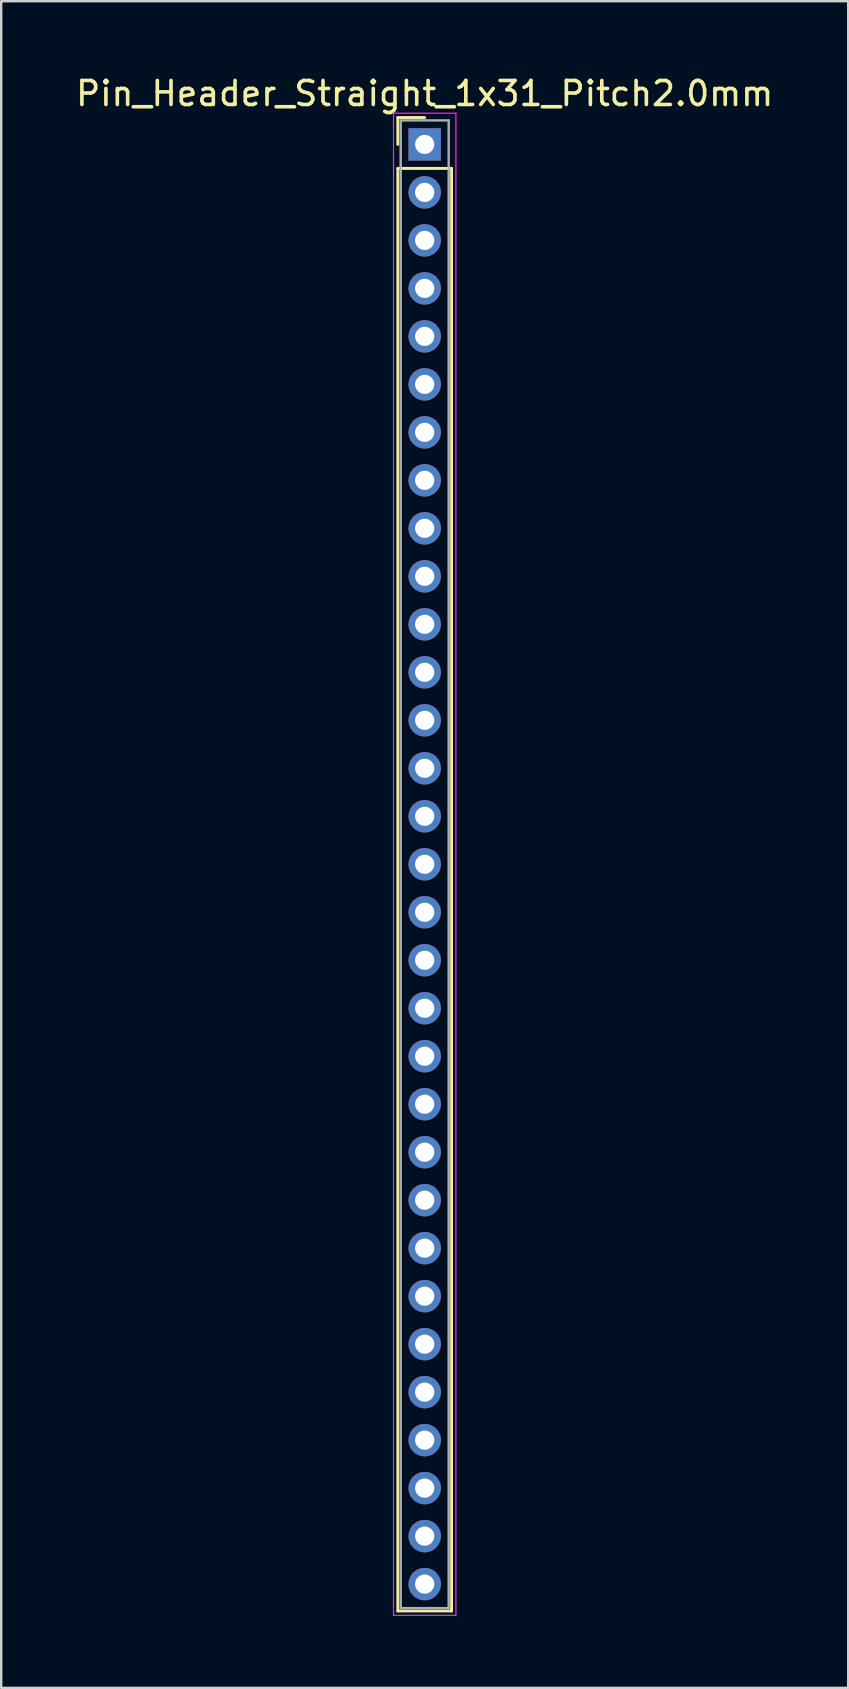
<source format=kicad_pcb>
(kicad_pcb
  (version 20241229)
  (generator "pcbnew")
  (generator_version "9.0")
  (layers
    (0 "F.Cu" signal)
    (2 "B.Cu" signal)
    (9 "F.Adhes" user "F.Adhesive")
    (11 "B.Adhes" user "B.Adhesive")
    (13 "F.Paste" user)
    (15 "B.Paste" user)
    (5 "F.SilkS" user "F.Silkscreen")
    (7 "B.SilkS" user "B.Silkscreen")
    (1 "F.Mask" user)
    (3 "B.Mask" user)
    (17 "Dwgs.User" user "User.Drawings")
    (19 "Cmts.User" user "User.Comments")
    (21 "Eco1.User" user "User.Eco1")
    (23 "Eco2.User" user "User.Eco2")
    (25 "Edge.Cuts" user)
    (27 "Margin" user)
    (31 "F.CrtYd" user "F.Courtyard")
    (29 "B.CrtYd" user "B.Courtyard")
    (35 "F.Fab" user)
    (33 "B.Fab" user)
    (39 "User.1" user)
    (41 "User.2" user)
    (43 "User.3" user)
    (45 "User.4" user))
  (footprint "Pin_Header_Straight_1x31_Pitch2.0mm"
    (layer "F.Cu")
    (at 14.649 2.968)
    (property "Reference" "Pin_Header_Straight_1x31_Pitch2.0mm" (at 0 -2.12 0) (layer "F.SilkS") (effects (font (size 1 1) (thickness 0.15))))
    (attr through_hole)
    (fp_line (start -1.12 -1.12) (end 0 -1.12) (stroke (width 0.12) (type solid)) (layer "F.SilkS"))
    (fp_line (start -1.12 0) (end -1.12 -1.12) (stroke (width 0.12) (type solid)) (layer "F.SilkS"))
    (fp_line (start -1.12 1) (end -1.12 61.12) (stroke (width 0.12) (type solid)) (layer "F.SilkS"))
    (fp_line (start -1.12 61.12) (end 1.12 61.12) (stroke (width 0.12) (type solid)) (layer "F.SilkS"))
    (fp_line (start 1.12 1) (end -1.12 1) (stroke (width 0.12) (type solid)) (layer "F.SilkS"))
    (fp_line (start 1.12 61.12) (end 1.12 1) (stroke (width 0.12) (type solid)) (layer "F.SilkS"))
    (fp_line (start -1.3 -1.3) (end -1.3 61.3) (stroke (width 0.05) (type solid)) (layer "F.CrtYd"))
    (fp_line (start -1.3 61.3) (end 1.3 61.3) (stroke (width 0.05) (type solid)) (layer "F.CrtYd"))
    (fp_line (start 1.3 -1.3) (end -1.3 -1.3) (stroke (width 0.05) (type solid)) (layer "F.CrtYd"))
    (fp_line (start 1.3 61.3) (end 1.3 -1.3) (stroke (width 0.05) (type solid)) (layer "F.CrtYd"))
    (fp_line (start -1 -1) (end -1 61) (stroke (width 0.1) (type solid)) (layer "F.Fab"))
    (fp_line (start -1 61) (end 1 61) (stroke (width 0.1) (type solid)) (layer "F.Fab"))
    (fp_line (start 1 -1) (end -1 -1) (stroke (width 0.1) (type solid)) (layer "F.Fab"))
    (fp_line (start 1 61) (end 1 -1) (stroke (width 0.1) (type solid)) (layer "F.Fab"))
    (pad "1" thru_hole rect (at 0 0) (size 1.35 1.35) (drill 0.8) (layers "*.Cu" "*.Mask"))
    (pad "2" thru_hole oval (at 0 2) (size 1.35 1.35) (drill 0.8) (layers "*.Cu" "*.Mask"))
    (pad "3" thru_hole oval (at 0 4) (size 1.35 1.35) (drill 0.8) (layers "*.Cu" "*.Mask"))
    (pad "4" thru_hole oval (at 0 6) (size 1.35 1.35) (drill 0.8) (layers "*.Cu" "*.Mask"))
    (pad "5" thru_hole oval (at 0 8) (size 1.35 1.35) (drill 0.8) (layers "*.Cu" "*.Mask"))
    (pad "6" thru_hole oval (at 0 10) (size 1.35 1.35) (drill 0.8) (layers "*.Cu" "*.Mask"))
    (pad "7" thru_hole oval (at 0 12) (size 1.35 1.35) (drill 0.8) (layers "*.Cu" "*.Mask"))
    (pad "8" thru_hole oval (at 0 14) (size 1.35 1.35) (drill 0.8) (layers "*.Cu" "*.Mask"))
    (pad "9" thru_hole oval (at 0 16) (size 1.35 1.35) (drill 0.8) (layers "*.Cu" "*.Mask"))
    (pad "10" thru_hole oval (at 0 18) (size 1.35 1.35) (drill 0.8) (layers "*.Cu" "*.Mask"))
    (pad "11" thru_hole oval (at 0 20) (size 1.35 1.35) (drill 0.8) (layers "*.Cu" "*.Mask"))
    (pad "12" thru_hole oval (at 0 22) (size 1.35 1.35) (drill 0.8) (layers "*.Cu" "*.Mask"))
    (pad "13" thru_hole oval (at 0 24) (size 1.35 1.35) (drill 0.8) (layers "*.Cu" "*.Mask"))
    (pad "14" thru_hole oval (at 0 26) (size 1.35 1.35) (drill 0.8) (layers "*.Cu" "*.Mask"))
    (pad "15" thru_hole oval (at 0 28) (size 1.35 1.35) (drill 0.8) (layers "*.Cu" "*.Mask"))
    (pad "16" thru_hole oval (at 0 30) (size 1.35 1.35) (drill 0.8) (layers "*.Cu" "*.Mask"))
    (pad "17" thru_hole oval (at 0 32) (size 1.35 1.35) (drill 0.8) (layers "*.Cu" "*.Mask"))
    (pad "18" thru_hole oval (at 0 34) (size 1.35 1.35) (drill 0.8) (layers "*.Cu" "*.Mask"))
    (pad "19" thru_hole oval (at 0 36) (size 1.35 1.35) (drill 0.8) (layers "*.Cu" "*.Mask"))
    (pad "20" thru_hole oval (at 0 38) (size 1.35 1.35) (drill 0.8) (layers "*.Cu" "*.Mask"))
    (pad "21" thru_hole oval (at 0 40) (size 1.35 1.35) (drill 0.8) (layers "*.Cu" "*.Mask"))
    (pad "22" thru_hole oval (at 0 42) (size 1.35 1.35) (drill 0.8) (layers "*.Cu" "*.Mask"))
    (pad "23" thru_hole oval (at 0 44) (size 1.35 1.35) (drill 0.8) (layers "*.Cu" "*.Mask"))
    (pad "24" thru_hole oval (at 0 46) (size 1.35 1.35) (drill 0.8) (layers "*.Cu" "*.Mask"))
    (pad "25" thru_hole oval (at 0 48) (size 1.35 1.35) (drill 0.8) (layers "*.Cu" "*.Mask"))
    (pad "26" thru_hole oval (at 0 50) (size 1.35 1.35) (drill 0.8) (layers "*.Cu" "*.Mask"))
    (pad "27" thru_hole oval (at 0 52) (size 1.35 1.35) (drill 0.8) (layers "*.Cu" "*.Mask"))
    (pad "28" thru_hole oval (at 0 54) (size 1.35 1.35) (drill 0.8) (layers "*.Cu" "*.Mask"))
    (pad "29" thru_hole oval (at 0 56) (size 1.35 1.35) (drill 0.8) (layers "*.Cu" "*.Mask"))
    (pad "30" thru_hole oval (at 0 58) (size 1.35 1.35) (drill 0.8) (layers "*.Cu" "*.Mask"))
    (pad "31" thru_hole oval (at 0 60) (size 1.35 1.35) (drill 0.8) (layers "*.Cu" "*.Mask")))
  (gr_rect
    (start -3 -3)
    (end 32.298 67.293)
    (stroke (width 0.1) (type default))
    (fill no)
    (layer "Edge.Cuts")))
</source>
